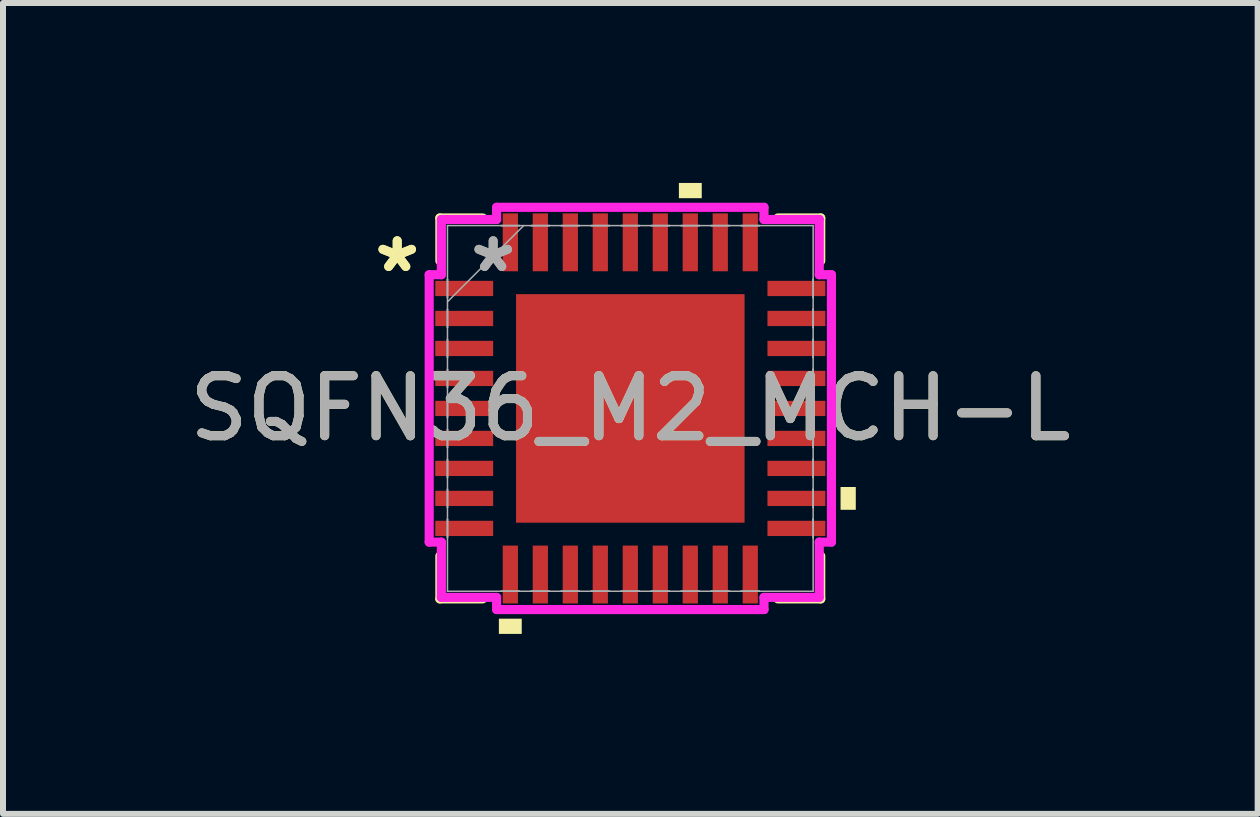
<source format=kicad_pcb>
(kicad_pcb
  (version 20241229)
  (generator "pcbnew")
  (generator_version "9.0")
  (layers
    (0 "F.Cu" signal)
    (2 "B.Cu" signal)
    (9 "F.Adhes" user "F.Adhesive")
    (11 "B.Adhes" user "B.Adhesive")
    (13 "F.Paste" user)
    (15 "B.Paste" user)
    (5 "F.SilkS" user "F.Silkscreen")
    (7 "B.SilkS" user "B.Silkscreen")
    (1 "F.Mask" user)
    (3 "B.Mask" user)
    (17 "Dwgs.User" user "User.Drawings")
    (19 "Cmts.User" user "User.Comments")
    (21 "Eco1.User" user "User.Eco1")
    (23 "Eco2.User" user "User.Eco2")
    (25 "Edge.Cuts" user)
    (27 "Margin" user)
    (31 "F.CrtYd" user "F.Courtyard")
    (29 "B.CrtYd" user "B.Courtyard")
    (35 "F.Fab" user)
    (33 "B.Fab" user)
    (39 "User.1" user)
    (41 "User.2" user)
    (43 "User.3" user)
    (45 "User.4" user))
  (footprint "SQFN36_M2_MCH-L"
    (layer "F.Cu")
    (at 7.458 3.759)
    (property "Reference" "SQFN36_M2_MCH-L" (at 0 0 0) (unlocked yes) (layer "F.SilkS") (effects (font (size 1 1) (thickness 0.15))))
    (attr smd)
    (fp_line (start -3.175 -3.175) (end -3.175 -2.46) (stroke (width 0.152) (type solid)) (layer "F.SilkS"))
    (fp_line (start -3.175 2.46) (end -3.175 3.175) (stroke (width 0.152) (type solid)) (layer "F.SilkS"))
    (fp_line (start -3.175 3.175) (end -2.46 3.175) (stroke (width 0.152) (type solid)) (layer "F.SilkS"))
    (fp_line (start -2.46 -3.175) (end -3.175 -3.175) (stroke (width 0.152) (type solid)) (layer "F.SilkS"))
    (fp_line (start 2.46 3.175) (end 3.175 3.175) (stroke (width 0.152) (type solid)) (layer "F.SilkS"))
    (fp_line (start 3.175 -3.175) (end 2.46 -3.175) (stroke (width 0.152) (type solid)) (layer "F.SilkS"))
    (fp_line (start 3.175 -2.46) (end 3.175 -3.175) (stroke (width 0.152) (type solid)) (layer "F.SilkS"))
    (fp_line (start 3.175 3.175) (end 3.175 2.46) (stroke (width 0.152) (type solid)) (layer "F.SilkS"))
    (fp_poly (pts (xy -2.191 3.505) (xy -2.191 3.759) (xy -1.81 3.759) (xy -1.81 3.505)) (stroke (width 0) (type solid)) (fill yes) (layer "F.SilkS"))
    (fp_poly (pts (xy 0.81 -3.505) (xy 0.81 -3.759) (xy 1.191 -3.759) (xy 1.191 -3.505)) (stroke (width 0) (type solid)) (fill yes) (layer "F.SilkS"))
    (fp_poly (pts (xy 3.759 1.31) (xy 3.759 1.69) (xy 3.505 1.69) (xy 3.505 1.31)) (stroke (width 0) (type solid)) (fill yes) (layer "F.SilkS"))
    (fp_poly (pts (xy -1.805 -1.805) (xy -1.805 -0.735) (xy -0.735 -0.735) (xy -0.735 -1.805)) (stroke (width 0) (type solid)) (fill yes) (layer "F.Paste"))
    (fp_poly (pts (xy -1.805 -0.535) (xy -1.805 0.535) (xy -0.735 0.535) (xy -0.735 -0.535)) (stroke (width 0) (type solid)) (fill yes) (layer "F.Paste"))
    (fp_poly (pts (xy -1.805 0.735) (xy -1.805 1.805) (xy -0.735 1.805) (xy -0.735 0.735)) (stroke (width 0) (type solid)) (fill yes) (layer "F.Paste"))
    (fp_poly (pts (xy -0.535 -1.805) (xy -0.535 -0.735) (xy 0.535 -0.735) (xy 0.535 -1.805)) (stroke (width 0) (type solid)) (fill yes) (layer "F.Paste"))
    (fp_poly (pts (xy -0.535 -0.535) (xy -0.535 0.535) (xy 0.535 0.535) (xy 0.535 -0.535)) (stroke (width 0) (type solid)) (fill yes) (layer "F.Paste"))
    (fp_poly (pts (xy -0.535 0.735) (xy -0.535 1.805) (xy 0.535 1.805) (xy 0.535 0.735)) (stroke (width 0) (type solid)) (fill yes) (layer "F.Paste"))
    (fp_poly (pts (xy 0.735 -1.805) (xy 0.735 -0.735) (xy 1.805 -0.735) (xy 1.805 -1.805)) (stroke (width 0) (type solid)) (fill yes) (layer "F.Paste"))
    (fp_poly (pts (xy 0.735 -0.535) (xy 0.735 0.535) (xy 1.805 0.535) (xy 1.805 -0.535)) (stroke (width 0) (type solid)) (fill yes) (layer "F.Paste"))
    (fp_poly (pts (xy 0.735 0.735) (xy 0.735 1.805) (xy 1.805 1.805) (xy 1.805 0.735)) (stroke (width 0) (type solid)) (fill yes) (layer "F.Paste"))
    (fp_line (start -3.353 -2.229) (end -3.15 -2.229) (stroke (width 0.152) (type solid)) (layer "F.CrtYd"))
    (fp_line (start -3.353 2.229) (end -3.353 -2.229) (stroke (width 0.152) (type solid)) (layer "F.CrtYd"))
    (fp_line (start -3.15 -3.15) (end -2.229 -3.15) (stroke (width 0.152) (type solid)) (layer "F.CrtYd"))
    (fp_line (start -3.15 -2.229) (end -3.15 -3.15) (stroke (width 0.152) (type solid)) (layer "F.CrtYd"))
    (fp_line (start -3.15 2.229) (end -3.353 2.229) (stroke (width 0.152) (type solid)) (layer "F.CrtYd"))
    (fp_line (start -3.15 3.15) (end -3.15 2.229) (stroke (width 0.152) (type solid)) (layer "F.CrtYd"))
    (fp_line (start -2.229 -3.353) (end 2.229 -3.353) (stroke (width 0.152) (type solid)) (layer "F.CrtYd"))
    (fp_line (start -2.229 -3.15) (end -2.229 -3.353) (stroke (width 0.152) (type solid)) (layer "F.CrtYd"))
    (fp_line (start -2.229 3.15) (end -3.15 3.15) (stroke (width 0.152) (type solid)) (layer "F.CrtYd"))
    (fp_line (start -2.229 3.353) (end -2.229 3.15) (stroke (width 0.152) (type solid)) (layer "F.CrtYd"))
    (fp_line (start 2.229 -3.353) (end 2.229 -3.15) (stroke (width 0.152) (type solid)) (layer "F.CrtYd"))
    (fp_line (start 2.229 -3.15) (end 3.15 -3.15) (stroke (width 0.152) (type solid)) (layer "F.CrtYd"))
    (fp_line (start 2.229 3.15) (end 2.229 3.353) (stroke (width 0.152) (type solid)) (layer "F.CrtYd"))
    (fp_line (start 2.229 3.353) (end -2.229 3.353) (stroke (width 0.152) (type solid)) (layer "F.CrtYd"))
    (fp_line (start 3.15 -3.15) (end 3.15 -2.229) (stroke (width 0.152) (type solid)) (layer "F.CrtYd"))
    (fp_line (start 3.15 -2.229) (end 3.353 -2.229) (stroke (width 0.152) (type solid)) (layer "F.CrtYd"))
    (fp_line (start 3.15 2.229) (end 3.15 3.15) (stroke (width 0.152) (type solid)) (layer "F.CrtYd"))
    (fp_line (start 3.15 3.15) (end 2.229 3.15) (stroke (width 0.152) (type solid)) (layer "F.CrtYd"))
    (fp_line (start 3.353 -2.229) (end 3.353 2.229) (stroke (width 0.152) (type solid)) (layer "F.CrtYd"))
    (fp_line (start 3.353 2.229) (end 3.15 2.229) (stroke (width 0.152) (type solid)) (layer "F.CrtYd"))
    (fp_line (start -3.048 -3.048) (end -3.048 -3.048) (stroke (width 0.025) (type solid)) (layer "F.Fab"))
    (fp_line (start -3.048 -3.048) (end -3.048 3.048) (stroke (width 0.025) (type solid)) (layer "F.Fab"))
    (fp_line (start -3.048 -2.152) (end -3.048 -2.152) (stroke (width 0.025) (type solid)) (layer "F.Fab"))
    (fp_line (start -3.048 -2.152) (end -3.048 -1.848) (stroke (width 0.025) (type solid)) (layer "F.Fab"))
    (fp_line (start -3.048 -1.848) (end -3.048 -2.152) (stroke (width 0.025) (type solid)) (layer "F.Fab"))
    (fp_line (start -3.048 -1.848) (end -3.048 -1.848) (stroke (width 0.025) (type solid)) (layer "F.Fab"))
    (fp_line (start -3.048 -1.778) (end -1.778 -3.048) (stroke (width 0.025) (type solid)) (layer "F.Fab"))
    (fp_line (start -3.048 -1.652) (end -3.048 -1.652) (stroke (width 0.025) (type solid)) (layer "F.Fab"))
    (fp_line (start -3.048 -1.652) (end -3.048 -1.348) (stroke (width 0.025) (type solid)) (layer "F.Fab"))
    (fp_line (start -3.048 -1.348) (end -3.048 -1.652) (stroke (width 0.025) (type solid)) (layer "F.Fab"))
    (fp_line (start -3.048 -1.348) (end -3.048 -1.348) (stroke (width 0.025) (type solid)) (layer "F.Fab"))
    (fp_line (start -3.048 -1.152) (end -3.048 -1.152) (stroke (width 0.025) (type solid)) (layer "F.Fab"))
    (fp_line (start -3.048 -1.152) (end -3.048 -0.848) (stroke (width 0.025) (type solid)) (layer "F.Fab"))
    (fp_line (start -3.048 -0.848) (end -3.048 -1.152) (stroke (width 0.025) (type solid)) (layer "F.Fab"))
    (fp_line (start -3.048 -0.848) (end -3.048 -0.848) (stroke (width 0.025) (type solid)) (layer "F.Fab"))
    (fp_line (start -3.048 -0.652) (end -3.048 -0.652) (stroke (width 0.025) (type solid)) (layer "F.Fab"))
    (fp_line (start -3.048 -0.652) (end -3.048 -0.348) (stroke (width 0.025) (type solid)) (layer "F.Fab"))
    (fp_line (start -3.048 -0.348) (end -3.048 -0.652) (stroke (width 0.025) (type solid)) (layer "F.Fab"))
    (fp_line (start -3.048 -0.348) (end -3.048 -0.348) (stroke (width 0.025) (type solid)) (layer "F.Fab"))
    (fp_line (start -3.048 -0.152) (end -3.048 -0.152) (stroke (width 0.025) (type solid)) (layer "F.Fab"))
    (fp_line (start -3.048 -0.152) (end -3.048 0.152) (stroke (width 0.025) (type solid)) (layer "F.Fab"))
    (fp_line (start -3.048 0.152) (end -3.048 -0.152) (stroke (width 0.025) (type solid)) (layer "F.Fab"))
    (fp_line (start -3.048 0.152) (end -3.048 0.152) (stroke (width 0.025) (type solid)) (layer "F.Fab"))
    (fp_line (start -3.048 0.348) (end -3.048 0.348) (stroke (width 0.025) (type solid)) (layer "F.Fab"))
    (fp_line (start -3.048 0.348) (end -3.048 0.652) (stroke (width 0.025) (type solid)) (layer "F.Fab"))
    (fp_line (start -3.048 0.652) (end -3.048 0.348) (stroke (width 0.025) (type solid)) (layer "F.Fab"))
    (fp_line (start -3.048 0.652) (end -3.048 0.652) (stroke (width 0.025) (type solid)) (layer "F.Fab"))
    (fp_line (start -3.048 0.848) (end -3.048 0.848) (stroke (width 0.025) (type solid)) (layer "F.Fab"))
    (fp_line (start -3.048 0.848) (end -3.048 1.152) (stroke (width 0.025) (type solid)) (layer "F.Fab"))
    (fp_line (start -3.048 1.152) (end -3.048 0.848) (stroke (width 0.025) (type solid)) (layer "F.Fab"))
    (fp_line (start -3.048 1.152) (end -3.048 1.152) (stroke (width 0.025) (type solid)) (layer "F.Fab"))
    (fp_line (start -3.048 1.348) (end -3.048 1.348) (stroke (width 0.025) (type solid)) (layer "F.Fab"))
    (fp_line (start -3.048 1.348) (end -3.048 1.652) (stroke (width 0.025) (type solid)) (layer "F.Fab"))
    (fp_line (start -3.048 1.652) (end -3.048 1.348) (stroke (width 0.025) (type solid)) (layer "F.Fab"))
    (fp_line (start -3.048 1.652) (end -3.048 1.652) (stroke (width 0.025) (type solid)) (layer "F.Fab"))
    (fp_line (start -3.048 1.848) (end -3.048 1.848) (stroke (width 0.025) (type solid)) (layer "F.Fab"))
    (fp_line (start -3.048 1.848) (end -3.048 2.152) (stroke (width 0.025) (type solid)) (layer "F.Fab"))
    (fp_line (start -3.048 2.152) (end -3.048 1.848) (stroke (width 0.025) (type solid)) (layer "F.Fab"))
    (fp_line (start -3.048 2.152) (end -3.048 2.152) (stroke (width 0.025) (type solid)) (layer "F.Fab"))
    (fp_line (start -3.048 3.048) (end -3.048 3.048) (stroke (width 0.025) (type solid)) (layer "F.Fab"))
    (fp_line (start -3.048 3.048) (end 3.048 3.048) (stroke (width 0.025) (type solid)) (layer "F.Fab"))
    (fp_line (start -2.152 -3.048) (end -2.152 -3.048) (stroke (width 0.025) (type solid)) (layer "F.Fab"))
    (fp_line (start -2.152 -3.048) (end -1.848 -3.048) (stroke (width 0.025) (type solid)) (layer "F.Fab"))
    (fp_line (start -2.152 3.048) (end -2.152 3.048) (stroke (width 0.025) (type solid)) (layer "F.Fab"))
    (fp_line (start -2.152 3.048) (end -1.848 3.048) (stroke (width 0.025) (type solid)) (layer "F.Fab"))
    (fp_line (start -1.848 -3.048) (end -2.152 -3.048) (stroke (width 0.025) (type solid)) (layer "F.Fab"))
    (fp_line (start -1.848 -3.048) (end -1.848 -3.048) (stroke (width 0.025) (type solid)) (layer "F.Fab"))
    (fp_line (start -1.848 3.048) (end -2.152 3.048) (stroke (width 0.025) (type solid)) (layer "F.Fab"))
    (fp_line (start -1.848 3.048) (end -1.848 3.048) (stroke (width 0.025) (type solid)) (layer "F.Fab"))
    (fp_line (start -1.652 -3.048) (end -1.652 -3.048) (stroke (width 0.025) (type solid)) (layer "F.Fab"))
    (fp_line (start -1.652 -3.048) (end -1.348 -3.048) (stroke (width 0.025) (type solid)) (layer "F.Fab"))
    (fp_line (start -1.652 3.048) (end -1.652 3.048) (stroke (width 0.025) (type solid)) (layer "F.Fab"))
    (fp_line (start -1.652 3.048) (end -1.348 3.048) (stroke (width 0.025) (type solid)) (layer "F.Fab"))
    (fp_line (start -1.348 -3.048) (end -1.652 -3.048) (stroke (width 0.025) (type solid)) (layer "F.Fab"))
    (fp_line (start -1.348 -3.048) (end -1.348 -3.048) (stroke (width 0.025) (type solid)) (layer "F.Fab"))
    (fp_line (start -1.348 3.048) (end -1.652 3.048) (stroke (width 0.025) (type solid)) (layer "F.Fab"))
    (fp_line (start -1.348 3.048) (end -1.348 3.048) (stroke (width 0.025) (type solid)) (layer "F.Fab"))
    (fp_line (start -1.152 -3.048) (end -1.152 -3.048) (stroke (width 0.025) (type solid)) (layer "F.Fab"))
    (fp_line (start -1.152 -3.048) (end -0.848 -3.048) (stroke (width 0.025) (type solid)) (layer "F.Fab"))
    (fp_line (start -1.152 3.048) (end -1.152 3.048) (stroke (width 0.025) (type solid)) (layer "F.Fab"))
    (fp_line (start -1.152 3.048) (end -0.848 3.048) (stroke (width 0.025) (type solid)) (layer "F.Fab"))
    (fp_line (start -0.848 -3.048) (end -1.152 -3.048) (stroke (width 0.025) (type solid)) (layer "F.Fab"))
    (fp_line (start -0.848 -3.048) (end -0.848 -3.048) (stroke (width 0.025) (type solid)) (layer "F.Fab"))
    (fp_line (start -0.848 3.048) (end -1.152 3.048) (stroke (width 0.025) (type solid)) (layer "F.Fab"))
    (fp_line (start -0.848 3.048) (end -0.848 3.048) (stroke (width 0.025) (type solid)) (layer "F.Fab"))
    (fp_line (start -0.652 -3.048) (end -0.652 -3.048) (stroke (width 0.025) (type solid)) (layer "F.Fab"))
    (fp_line (start -0.652 -3.048) (end -0.348 -3.048) (stroke (width 0.025) (type solid)) (layer "F.Fab"))
    (fp_line (start -0.652 3.048) (end -0.652 3.048) (stroke (width 0.025) (type solid)) (layer "F.Fab"))
    (fp_line (start -0.652 3.048) (end -0.348 3.048) (stroke (width 0.025) (type solid)) (layer "F.Fab"))
    (fp_line (start -0.348 -3.048) (end -0.652 -3.048) (stroke (width 0.025) (type solid)) (layer "F.Fab"))
    (fp_line (start -0.348 -3.048) (end -0.348 -3.048) (stroke (width 0.025) (type solid)) (layer "F.Fab"))
    (fp_line (start -0.348 3.048) (end -0.652 3.048) (stroke (width 0.025) (type solid)) (layer "F.Fab"))
    (fp_line (start -0.348 3.048) (end -0.348 3.048) (stroke (width 0.025) (type solid)) (layer "F.Fab"))
    (fp_line (start -0.152 -3.048) (end -0.152 -3.048) (stroke (width 0.025) (type solid)) (layer "F.Fab"))
    (fp_line (start -0.152 -3.048) (end 0.152 -3.048) (stroke (width 0.025) (type solid)) (layer "F.Fab"))
    (fp_line (start -0.152 3.048) (end -0.152 3.048) (stroke (width 0.025) (type solid)) (layer "F.Fab"))
    (fp_line (start -0.152 3.048) (end 0.152 3.048) (stroke (width 0.025) (type solid)) (layer "F.Fab"))
    (fp_line (start 0.152 -3.048) (end -0.152 -3.048) (stroke (width 0.025) (type solid)) (layer "F.Fab"))
    (fp_line (start 0.152 -3.048) (end 0.152 -3.048) (stroke (width 0.025) (type solid)) (layer "F.Fab"))
    (fp_line (start 0.152 3.048) (end -0.152 3.048) (stroke (width 0.025) (type solid)) (layer "F.Fab"))
    (fp_line (start 0.152 3.048) (end 0.152 3.048) (stroke (width 0.025) (type solid)) (layer "F.Fab"))
    (fp_line (start 0.348 -3.048) (end 0.348 -3.048) (stroke (width 0.025) (type solid)) (layer "F.Fab"))
    (fp_line (start 0.348 -3.048) (end 0.652 -3.048) (stroke (width 0.025) (type solid)) (layer "F.Fab"))
    (fp_line (start 0.348 3.048) (end 0.348 3.048) (stroke (width 0.025) (type solid)) (layer "F.Fab"))
    (fp_line (start 0.348 3.048) (end 0.652 3.048) (stroke (width 0.025) (type solid)) (layer "F.Fab"))
    (fp_line (start 0.652 -3.048) (end 0.348 -3.048) (stroke (width 0.025) (type solid)) (layer "F.Fab"))
    (fp_line (start 0.652 -3.048) (end 0.652 -3.048) (stroke (width 0.025) (type solid)) (layer "F.Fab"))
    (fp_line (start 0.652 3.048) (end 0.348 3.048) (stroke (width 0.025) (type solid)) (layer "F.Fab"))
    (fp_line (start 0.652 3.048) (end 0.652 3.048) (stroke (width 0.025) (type solid)) (layer "F.Fab"))
    (fp_line (start 0.848 -3.048) (end 0.848 -3.048) (stroke (width 0.025) (type solid)) (layer "F.Fab"))
    (fp_line (start 0.848 -3.048) (end 1.152 -3.048) (stroke (width 0.025) (type solid)) (layer "F.Fab"))
    (fp_line (start 0.848 3.048) (end 0.848 3.048) (stroke (width 0.025) (type solid)) (layer "F.Fab"))
    (fp_line (start 0.848 3.048) (end 1.152 3.048) (stroke (width 0.025) (type solid)) (layer "F.Fab"))
    (fp_line (start 1.152 -3.048) (end 0.848 -3.048) (stroke (width 0.025) (type solid)) (layer "F.Fab"))
    (fp_line (start 1.152 -3.048) (end 1.152 -3.048) (stroke (width 0.025) (type solid)) (layer "F.Fab"))
    (fp_line (start 1.152 3.048) (end 0.848 3.048) (stroke (width 0.025) (type solid)) (layer "F.Fab"))
    (fp_line (start 1.152 3.048) (end 1.152 3.048) (stroke (width 0.025) (type solid)) (layer "F.Fab"))
    (fp_line (start 1.348 -3.048) (end 1.348 -3.048) (stroke (width 0.025) (type solid)) (layer "F.Fab"))
    (fp_line (start 1.348 -3.048) (end 1.652 -3.048) (stroke (width 0.025) (type solid)) (layer "F.Fab"))
    (fp_line (start 1.348 3.048) (end 1.348 3.048) (stroke (width 0.025) (type solid)) (layer "F.Fab"))
    (fp_line (start 1.348 3.048) (end 1.652 3.048) (stroke (width 0.025) (type solid)) (layer "F.Fab"))
    (fp_line (start 1.652 -3.048) (end 1.348 -3.048) (stroke (width 0.025) (type solid)) (layer "F.Fab"))
    (fp_line (start 1.652 -3.048) (end 1.652 -3.048) (stroke (width 0.025) (type solid)) (layer "F.Fab"))
    (fp_line (start 1.652 3.048) (end 1.348 3.048) (stroke (width 0.025) (type solid)) (layer "F.Fab"))
    (fp_line (start 1.652 3.048) (end 1.652 3.048) (stroke (width 0.025) (type solid)) (layer "F.Fab"))
    (fp_line (start 1.848 -3.048) (end 1.848 -3.048) (stroke (width 0.025) (type solid)) (layer "F.Fab"))
    (fp_line (start 1.848 -3.048) (end 2.152 -3.048) (stroke (width 0.025) (type solid)) (layer "F.Fab"))
    (fp_line (start 1.848 3.048) (end 1.848 3.048) (stroke (width 0.025) (type solid)) (layer "F.Fab"))
    (fp_line (start 1.848 3.048) (end 2.152 3.048) (stroke (width 0.025) (type solid)) (layer "F.Fab"))
    (fp_line (start 2.152 -3.048) (end 1.848 -3.048) (stroke (width 0.025) (type solid)) (layer "F.Fab"))
    (fp_line (start 2.152 -3.048) (end 2.152 -3.048) (stroke (width 0.025) (type solid)) (layer "F.Fab"))
    (fp_line (start 2.152 3.048) (end 1.848 3.048) (stroke (width 0.025) (type solid)) (layer "F.Fab"))
    (fp_line (start 2.152 3.048) (end 2.152 3.048) (stroke (width 0.025) (type solid)) (layer "F.Fab"))
    (fp_line (start 3.048 -3.048) (end -3.048 -3.048) (stroke (width 0.025) (type solid)) (layer "F.Fab"))
    (fp_line (start 3.048 -3.048) (end 3.048 -3.048) (stroke (width 0.025) (type solid)) (layer "F.Fab"))
    (fp_line (start 3.048 -2.152) (end 3.048 -2.152) (stroke (width 0.025) (type solid)) (layer "F.Fab"))
    (fp_line (start 3.048 -2.152) (end 3.048 -1.848) (stroke (width 0.025) (type solid)) (layer "F.Fab"))
    (fp_line (start 3.048 -1.848) (end 3.048 -2.152) (stroke (width 0.025) (type solid)) (layer "F.Fab"))
    (fp_line (start 3.048 -1.848) (end 3.048 -1.848) (stroke (width 0.025) (type solid)) (layer "F.Fab"))
    (fp_line (start 3.048 -1.652) (end 3.048 -1.652) (stroke (width 0.025) (type solid)) (layer "F.Fab"))
    (fp_line (start 3.048 -1.652) (end 3.048 -1.348) (stroke (width 0.025) (type solid)) (layer "F.Fab"))
    (fp_line (start 3.048 -1.348) (end 3.048 -1.652) (stroke (width 0.025) (type solid)) (layer "F.Fab"))
    (fp_line (start 3.048 -1.348) (end 3.048 -1.348) (stroke (width 0.025) (type solid)) (layer "F.Fab"))
    (fp_line (start 3.048 -1.152) (end 3.048 -1.152) (stroke (width 0.025) (type solid)) (layer "F.Fab"))
    (fp_line (start 3.048 -1.152) (end 3.048 -0.848) (stroke (width 0.025) (type solid)) (layer "F.Fab"))
    (fp_line (start 3.048 -0.848) (end 3.048 -1.152) (stroke (width 0.025) (type solid)) (layer "F.Fab"))
    (fp_line (start 3.048 -0.848) (end 3.048 -0.848) (stroke (width 0.025) (type solid)) (layer "F.Fab"))
    (fp_line (start 3.048 -0.652) (end 3.048 -0.652) (stroke (width 0.025) (type solid)) (layer "F.Fab"))
    (fp_line (start 3.048 -0.652) (end 3.048 -0.348) (stroke (width 0.025) (type solid)) (layer "F.Fab"))
    (fp_line (start 3.048 -0.348) (end 3.048 -0.652) (stroke (width 0.025) (type solid)) (layer "F.Fab"))
    (fp_line (start 3.048 -0.348) (end 3.048 -0.348) (stroke (width 0.025) (type solid)) (layer "F.Fab"))
    (fp_line (start 3.048 -0.152) (end 3.048 -0.152) (stroke (width 0.025) (type solid)) (layer "F.Fab"))
    (fp_line (start 3.048 -0.152) (end 3.048 0.152) (stroke (width 0.025) (type solid)) (layer "F.Fab"))
    (fp_line (start 3.048 0.152) (end 3.048 -0.152) (stroke (width 0.025) (type solid)) (layer "F.Fab"))
    (fp_line (start 3.048 0.152) (end 3.048 0.152) (stroke (width 0.025) (type solid)) (layer "F.Fab"))
    (fp_line (start 3.048 0.348) (end 3.048 0.348) (stroke (width 0.025) (type solid)) (layer "F.Fab"))
    (fp_line (start 3.048 0.348) (end 3.048 0.652) (stroke (width 0.025) (type solid)) (layer "F.Fab"))
    (fp_line (start 3.048 0.652) (end 3.048 0.348) (stroke (width 0.025) (type solid)) (layer "F.Fab"))
    (fp_line (start 3.048 0.652) (end 3.048 0.652) (stroke (width 0.025) (type solid)) (layer "F.Fab"))
    (fp_line (start 3.048 0.848) (end 3.048 0.848) (stroke (width 0.025) (type solid)) (layer "F.Fab"))
    (fp_line (start 3.048 0.848) (end 3.048 1.152) (stroke (width 0.025) (type solid)) (layer "F.Fab"))
    (fp_line (start 3.048 1.152) (end 3.048 0.848) (stroke (width 0.025) (type solid)) (layer "F.Fab"))
    (fp_line (start 3.048 1.152) (end 3.048 1.152) (stroke (width 0.025) (type solid)) (layer "F.Fab"))
    (fp_line (start 3.048 1.348) (end 3.048 1.348) (stroke (width 0.025) (type solid)) (layer "F.Fab"))
    (fp_line (start 3.048 1.348) (end 3.048 1.652) (stroke (width 0.025) (type solid)) (layer "F.Fab"))
    (fp_line (start 3.048 1.652) (end 3.048 1.348) (stroke (width 0.025) (type solid)) (layer "F.Fab"))
    (fp_line (start 3.048 1.652) (end 3.048 1.652) (stroke (width 0.025) (type solid)) (layer "F.Fab"))
    (fp_line (start 3.048 1.848) (end 3.048 1.848) (stroke (width 0.025) (type solid)) (layer "F.Fab"))
    (fp_line (start 3.048 1.848) (end 3.048 2.152) (stroke (width 0.025) (type solid)) (layer "F.Fab"))
    (fp_line (start 3.048 2.152) (end 3.048 1.848) (stroke (width 0.025) (type solid)) (layer "F.Fab"))
    (fp_line (start 3.048 2.152) (end 3.048 2.152) (stroke (width 0.025) (type solid)) (layer "F.Fab"))
    (fp_line (start 3.048 3.048) (end 3.048 -3.048) (stroke (width 0.025) (type solid)) (layer "F.Fab"))
    (fp_line (start 3.048 3.048) (end 3.048 3.048) (stroke (width 0.025) (type solid)) (layer "F.Fab"))
    (fp_text user "*" (at -3.886 -2.25 0) (unlocked yes) (layer "F.SilkS") (effects (font (size 1 1) (thickness 0.15))))
    (fp_text user "*" (at -3.886 -2.25 0) (layer "F.SilkS") (effects (font (size 1 1) (thickness 0.15))))
    (fp_text user "${REFERENCE}" (at 0 0 0) (unlocked yes) (layer "F.Fab") (effects (font (size 1 1) (thickness 0.15))))
    (fp_text user "*" (at -2.286 -2.25 0) (unlocked yes) (layer "F.Fab") (effects (font (size 1 1) (thickness 0.15))))
    (fp_text user "*" (at -2.286 -2.25 0) (layer "F.Fab") (effects (font (size 1 1) (thickness 0.15))))
    (pad "1" smd rect (at -2.769 -2 90) (size 0.254 0.965) (layers "F.Cu" "F.Mask" "F.Paste"))
    (pad "2" smd rect (at -2.769 -1.5 90) (size 0.254 0.965) (layers "F.Cu" "F.Mask" "F.Paste"))
    (pad "3" smd rect (at -2.769 -1 90) (size 0.254 0.965) (layers "F.Cu" "F.Mask" "F.Paste"))
    (pad "4" smd rect (at -2.769 -0.5 90) (size 0.254 0.965) (layers "F.Cu" "F.Mask" "F.Paste"))
    (pad "5" smd rect (at -2.769 0 90) (size 0.254 0.965) (layers "F.Cu" "F.Mask" "F.Paste"))
    (pad "6" smd rect (at -2.769 0.5 90) (size 0.254 0.965) (layers "F.Cu" "F.Mask" "F.Paste"))
    (pad "7" smd rect (at -2.769 1 90) (size 0.254 0.965) (layers "F.Cu" "F.Mask" "F.Paste"))
    (pad "8" smd rect (at -2.769 1.5 90) (size 0.254 0.965) (layers "F.Cu" "F.Mask" "F.Paste"))
    (pad "9" smd rect (at -2.769 2 90) (size 0.254 0.965) (layers "F.Cu" "F.Mask" "F.Paste"))
    (pad "10" smd rect (at -2 2.769) (size 0.254 0.965) (layers "F.Cu" "F.Mask" "F.Paste"))
    (pad "11" smd rect (at -1.5 2.769) (size 0.254 0.965) (layers "F.Cu" "F.Mask" "F.Paste"))
    (pad "12" smd rect (at -1 2.769) (size 0.254 0.965) (layers "F.Cu" "F.Mask" "F.Paste"))
    (pad "13" smd rect (at -0.5 2.769) (size 0.254 0.965) (layers "F.Cu" "F.Mask" "F.Paste"))
    (pad "14" smd rect (at 0 2.769) (size 0.254 0.965) (layers "F.Cu" "F.Mask" "F.Paste"))
    (pad "15" smd rect (at 0.5 2.769) (size 0.254 0.965) (layers "F.Cu" "F.Mask" "F.Paste"))
    (pad "16" smd rect (at 1 2.769) (size 0.254 0.965) (layers "F.Cu" "F.Mask" "F.Paste"))
    (pad "17" smd rect (at 1.5 2.769) (size 0.254 0.965) (layers "F.Cu" "F.Mask" "F.Paste"))
    (pad "18" smd rect (at 2 2.769) (size 0.254 0.965) (layers "F.Cu" "F.Mask" "F.Paste"))
    (pad "19" smd rect (at 2.769 2 90) (size 0.254 0.965) (layers "F.Cu" "F.Mask" "F.Paste"))
    (pad "20" smd rect (at 2.769 1.5 90) (size 0.254 0.965) (layers "F.Cu" "F.Mask" "F.Paste"))
    (pad "21" smd rect (at 2.769 1 90) (size 0.254 0.965) (layers "F.Cu" "F.Mask" "F.Paste"))
    (pad "22" smd rect (at 2.769 0.5 90) (size 0.254 0.965) (layers "F.Cu" "F.Mask" "F.Paste"))
    (pad "23" smd rect (at 2.769 0 90) (size 0.254 0.965) (layers "F.Cu" "F.Mask" "F.Paste"))
    (pad "24" smd rect (at 2.769 -0.5 90) (size 0.254 0.965) (layers "F.Cu" "F.Mask" "F.Paste"))
    (pad "25" smd rect (at 2.769 -1 90) (size 0.254 0.965) (layers "F.Cu" "F.Mask" "F.Paste"))
    (pad "26" smd rect (at 2.769 -1.5 90) (size 0.254 0.965) (layers "F.Cu" "F.Mask" "F.Paste"))
    (pad "27" smd rect (at 2.769 -2 90) (size 0.254 0.965) (layers "F.Cu" "F.Mask" "F.Paste"))
    (pad "28" smd rect (at 2 -2.769) (size 0.254 0.965) (layers "F.Cu" "F.Mask" "F.Paste"))
    (pad "29" smd rect (at 1.5 -2.769) (size 0.254 0.965) (layers "F.Cu" "F.Mask" "F.Paste"))
    (pad "30" smd rect (at 1 -2.769) (size 0.254 0.965) (layers "F.Cu" "F.Mask" "F.Paste"))
    (pad "31" smd rect (at 0.5 -2.769) (size 0.254 0.965) (layers "F.Cu" "F.Mask" "F.Paste"))
    (pad "32" smd rect (at 0 -2.769) (size 0.254 0.965) (layers "F.Cu" "F.Mask" "F.Paste"))
    (pad "33" smd rect (at -0.5 -2.769) (size 0.254 0.965) (layers "F.Cu" "F.Mask" "F.Paste"))
    (pad "34" smd rect (at -1 -2.769) (size 0.254 0.965) (layers "F.Cu" "F.Mask" "F.Paste"))
    (pad "35" smd rect (at -1.5 -2.769) (size 0.254 0.965) (layers "F.Cu" "F.Mask" "F.Paste"))
    (pad "36" smd rect (at -2 -2.769) (size 0.254 0.965) (layers "F.Cu" "F.Mask" "F.Paste"))
    (pad "37" smd rect (at 0 0) (size 3.81 3.81) (layers "F.Cu" "F.Mask" "F.Paste")))
  (gr_rect
    (start -3 -3)
    (end 17.917 10.518)
    (stroke (width 0.1) (type default))
    (fill no)
    (layer "Edge.Cuts")))
</source>
